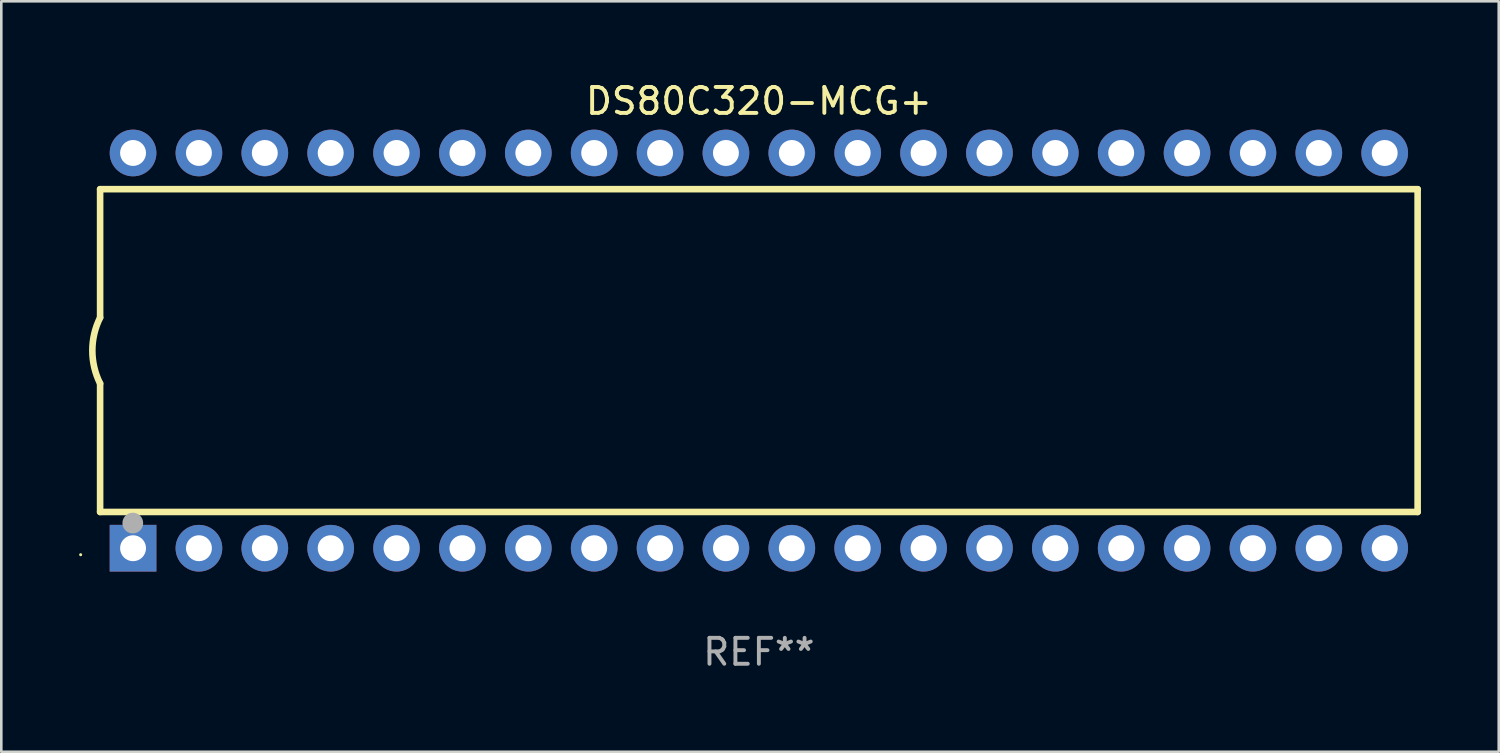
<source format=kicad_pcb>
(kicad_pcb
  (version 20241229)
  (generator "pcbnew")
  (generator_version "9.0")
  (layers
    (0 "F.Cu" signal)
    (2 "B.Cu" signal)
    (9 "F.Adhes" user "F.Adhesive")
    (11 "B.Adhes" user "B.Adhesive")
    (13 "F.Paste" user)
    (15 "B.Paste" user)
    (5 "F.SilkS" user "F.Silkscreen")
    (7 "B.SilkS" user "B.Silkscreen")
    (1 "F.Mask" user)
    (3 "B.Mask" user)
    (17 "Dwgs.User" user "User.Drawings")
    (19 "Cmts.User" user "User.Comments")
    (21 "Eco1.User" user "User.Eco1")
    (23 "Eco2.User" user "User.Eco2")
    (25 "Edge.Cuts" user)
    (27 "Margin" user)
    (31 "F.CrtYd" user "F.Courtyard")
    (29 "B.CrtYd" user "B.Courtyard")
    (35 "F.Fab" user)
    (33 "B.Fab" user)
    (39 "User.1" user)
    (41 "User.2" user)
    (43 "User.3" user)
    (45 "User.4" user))
  (footprint "DS80C320-MCG+"
    (layer "F.Cu")
    (at 26.21 10.468)
    (property "Reference" "DS80C320-MCG+" (at 0 -9.62 0) (layer "F.SilkS") (effects (font (size 1 1) (thickness 0.15))))
    (attr through_hole)
    (fp_line (start -25.4 -6.224) (end -25.4 -1.271) (stroke (width 0.254) (type solid)) (layer "F.SilkS"))
    (fp_line (start -25.4 -6.224) (end 25.4 -6.224) (stroke (width 0.254) (type solid)) (layer "F.SilkS"))
    (fp_line (start -25.4 1.269) (end -25.4 6.222) (stroke (width 0.254) (type solid)) (layer "F.SilkS"))
    (fp_line (start -25.4 6.222) (end 25.4 6.222) (stroke (width 0.254) (type solid)) (layer "F.SilkS"))
    (fp_line (start 25.4 6.222) (end 25.4 -6.224) (stroke (width 0.254) (type solid)) (layer "F.SilkS"))
    (fp_arc (start -25.4 1.269241) (mid -25.699807 -0.000762) (end -25.4 -1.270765) (stroke (width 0.254001) (type solid)) (layer "F.SilkS"))
    (fp_circle (center -26.15 7.87) (end -26.12 7.87) (stroke (width 0.06) (type solid)) (fill no) (layer "F.SilkS"))
    (fp_circle (center -24.14 6.65) (end -23.94 6.65) (stroke (width 0.4) (type solid)) (fill no) (layer "F.Fab"))
    (fp_text user "REF**" (at 0 11.62 0) (layer "F.Fab") (effects (font (size 1 1) (thickness 0.15))))
    (pad "1" thru_hole rect (at -24.13 7.62 90) (size 1.8 1.8) (drill 1) (layers "*.Cu" "*.Mask"))
    (pad "2" thru_hole circle (at -21.59 7.62) (size 1.8 1.8) (drill 1) (layers "*.Cu" "*.Mask"))
    (pad "3" thru_hole circle (at -19.05 7.62) (size 1.8 1.8) (drill 1) (layers "*.Cu" "*.Mask"))
    (pad "4" thru_hole circle (at -16.51 7.62) (size 1.8 1.8) (drill 1) (layers "*.Cu" "*.Mask"))
    (pad "5" thru_hole circle (at -13.97 7.62) (size 1.8 1.8) (drill 1) (layers "*.Cu" "*.Mask"))
    (pad "6" thru_hole circle (at -11.43 7.62) (size 1.8 1.8) (drill 1) (layers "*.Cu" "*.Mask"))
    (pad "7" thru_hole circle (at -8.89 7.62) (size 1.8 1.8) (drill 1) (layers "*.Cu" "*.Mask"))
    (pad "8" thru_hole circle (at -6.35 7.62) (size 1.8 1.8) (drill 1) (layers "*.Cu" "*.Mask"))
    (pad "9" thru_hole circle (at -3.81 7.62) (size 1.8 1.8) (drill 1) (layers "*.Cu" "*.Mask"))
    (pad "10" thru_hole circle (at -1.27 7.62) (size 1.8 1.8) (drill 1) (layers "*.Cu" "*.Mask"))
    (pad "11" thru_hole circle (at 1.27 7.62) (size 1.8 1.8) (drill 1) (layers "*.Cu" "*.Mask"))
    (pad "12" thru_hole circle (at 3.81 7.62) (size 1.8 1.8) (drill 1) (layers "*.Cu" "*.Mask"))
    (pad "13" thru_hole circle (at 6.35 7.62) (size 1.8 1.8) (drill 1) (layers "*.Cu" "*.Mask"))
    (pad "14" thru_hole circle (at 8.89 7.62) (size 1.8 1.8) (drill 1) (layers "*.Cu" "*.Mask"))
    (pad "15" thru_hole circle (at 11.43 7.62) (size 1.8 1.8) (drill 1) (layers "*.Cu" "*.Mask"))
    (pad "16" thru_hole circle (at 13.97 7.62) (size 1.8 1.8) (drill 1) (layers "*.Cu" "*.Mask"))
    (pad "17" thru_hole circle (at 16.51 7.62) (size 1.8 1.8) (drill 1) (layers "*.Cu" "*.Mask"))
    (pad "18" thru_hole circle (at 19.05 7.62) (size 1.8 1.8) (drill 1) (layers "*.Cu" "*.Mask"))
    (pad "19" thru_hole circle (at 21.59 7.62) (size 1.8 1.8) (drill 1) (layers "*.Cu" "*.Mask"))
    (pad "20" thru_hole circle (at 24.13 7.62) (size 1.8 1.8) (drill 1) (layers "*.Cu" "*.Mask"))
    (pad "21" thru_hole circle (at 24.13 -7.62) (size 1.8 1.8) (drill 1) (layers "*.Cu" "*.Mask"))
    (pad "22" thru_hole circle (at 21.59 -7.62) (size 1.8 1.8) (drill 1) (layers "*.Cu" "*.Mask"))
    (pad "23" thru_hole circle (at 19.05 -7.62) (size 1.8 1.8) (drill 1) (layers "*.Cu" "*.Mask"))
    (pad "24" thru_hole circle (at 16.51 -7.62) (size 1.8 1.8) (drill 1) (layers "*.Cu" "*.Mask"))
    (pad "25" thru_hole circle (at 13.97 -7.62) (size 1.8 1.8) (drill 1) (layers "*.Cu" "*.Mask"))
    (pad "26" thru_hole circle (at 11.43 -7.62) (size 1.8 1.8) (drill 1) (layers "*.Cu" "*.Mask"))
    (pad "27" thru_hole circle (at 8.89 -7.62) (size 1.8 1.8) (drill 1) (layers "*.Cu" "*.Mask"))
    (pad "28" thru_hole circle (at 6.35 -7.62) (size 1.8 1.8) (drill 1) (layers "*.Cu" "*.Mask"))
    (pad "29" thru_hole circle (at 3.81 -7.62) (size 1.8 1.8) (drill 1) (layers "*.Cu" "*.Mask"))
    (pad "30" thru_hole circle (at 1.27 -7.62) (size 1.8 1.8) (drill 1) (layers "*.Cu" "*.Mask"))
    (pad "31" thru_hole circle (at -1.27 -7.62) (size 1.8 1.8) (drill 1) (layers "*.Cu" "*.Mask"))
    (pad "32" thru_hole circle (at -3.81 -7.62) (size 1.8 1.8) (drill 1) (layers "*.Cu" "*.Mask"))
    (pad "33" thru_hole circle (at -6.35 -7.62) (size 1.8 1.8) (drill 1) (layers "*.Cu" "*.Mask"))
    (pad "34" thru_hole circle (at -8.89 -7.62) (size 1.8 1.8) (drill 1) (layers "*.Cu" "*.Mask"))
    (pad "35" thru_hole circle (at -11.43 -7.62) (size 1.8 1.8) (drill 1) (layers "*.Cu" "*.Mask"))
    (pad "36" thru_hole circle (at -13.97 -7.62) (size 1.8 1.8) (drill 1) (layers "*.Cu" "*.Mask"))
    (pad "37" thru_hole circle (at -16.51 -7.62) (size 1.8 1.8) (drill 1) (layers "*.Cu" "*.Mask"))
    (pad "38" thru_hole circle (at -19.05 -7.62) (size 1.8 1.8) (drill 1) (layers "*.Cu" "*.Mask"))
    (pad "39" thru_hole circle (at -21.59 -7.62) (size 1.8 1.8) (drill 1) (layers "*.Cu" "*.Mask"))
    (pad "40" thru_hole circle (at -24.13 -7.62) (size 1.8 1.8) (drill 1) (layers "*.Cu" "*.Mask")))
  (gr_rect
    (start -3 -3)
    (end 54.737 25.937)
    (stroke (width 0.1) (type default))
    (fill no)
    (layer "Edge.Cuts")))
</source>
